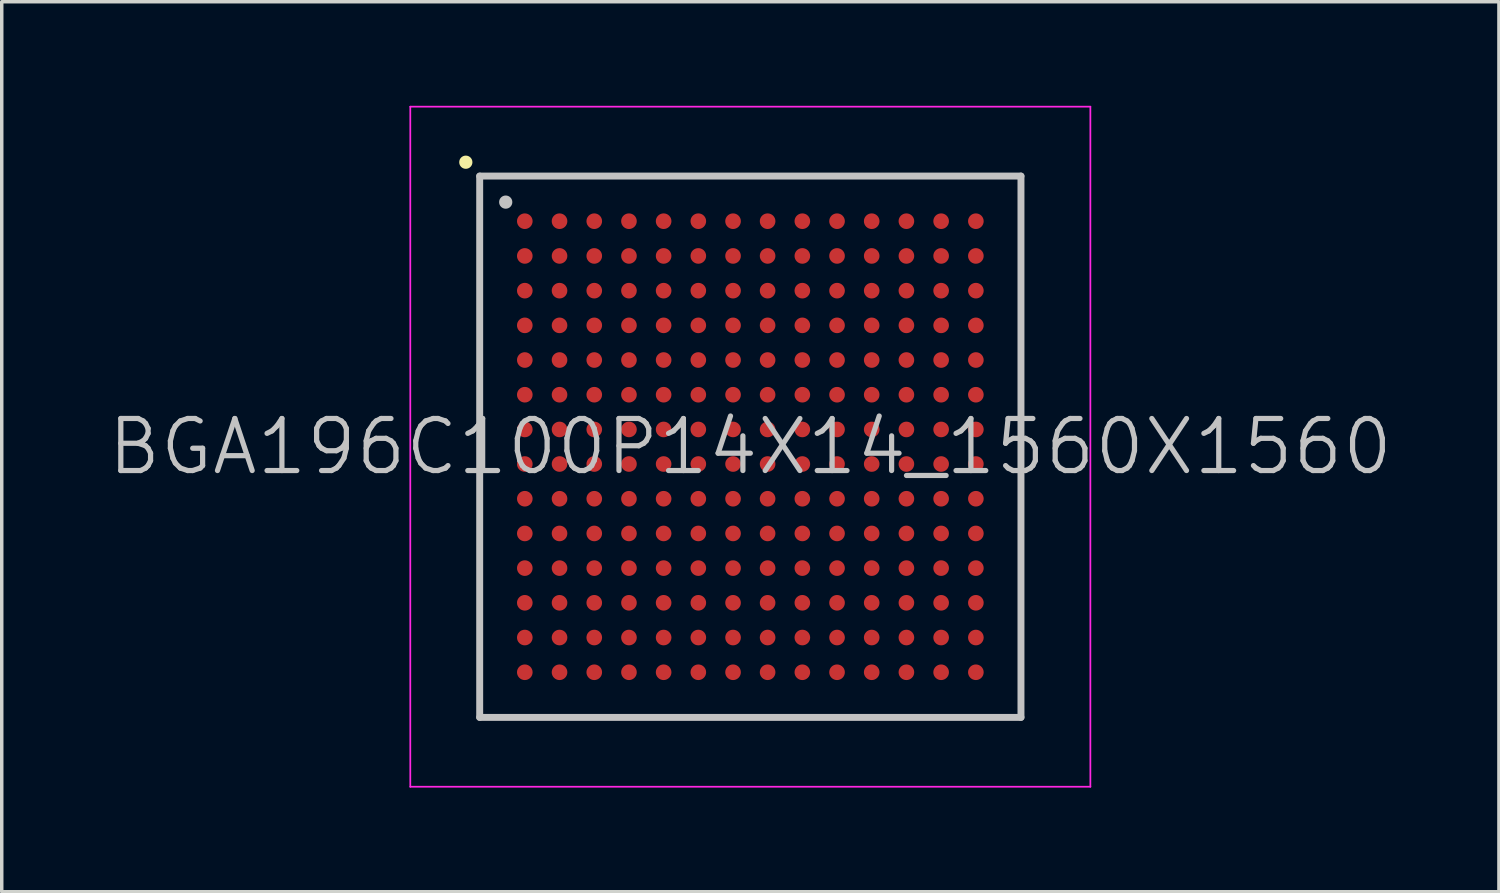
<source format=kicad_pcb>
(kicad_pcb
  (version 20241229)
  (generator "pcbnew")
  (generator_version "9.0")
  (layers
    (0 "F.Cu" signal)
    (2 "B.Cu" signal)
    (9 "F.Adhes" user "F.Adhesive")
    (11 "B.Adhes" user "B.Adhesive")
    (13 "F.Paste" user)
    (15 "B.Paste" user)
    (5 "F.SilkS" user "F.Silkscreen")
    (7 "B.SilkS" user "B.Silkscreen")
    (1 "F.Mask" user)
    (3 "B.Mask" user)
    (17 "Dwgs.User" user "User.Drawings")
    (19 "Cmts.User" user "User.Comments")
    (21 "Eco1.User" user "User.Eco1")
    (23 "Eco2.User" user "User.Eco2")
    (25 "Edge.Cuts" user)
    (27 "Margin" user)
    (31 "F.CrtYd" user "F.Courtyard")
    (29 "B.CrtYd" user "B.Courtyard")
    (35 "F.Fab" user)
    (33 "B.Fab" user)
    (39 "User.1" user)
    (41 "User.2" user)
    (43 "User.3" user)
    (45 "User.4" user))
  (footprint "BGA196C100P14X14_1560X1560"
    (layer "F.Cu")
    (at 18.575 9.825)
    (property "Reference" "BGA196C100P14X14_1560X1560" (at 0 0 0) (layer "Dwgs.User") (effects (font (size 1.5 1.5) (thickness 0.15))))
    (attr smd)
    (fp_line (start -8.2 -8.2) (end -8.2 -8.2) (stroke (width 0.381) (type solid)) (layer "F.SilkS"))
    (fp_line (start -7.8 -7.8) (end -7.8 7.8) (stroke (width 0.2) (type solid)) (layer "Dwgs.User"))
    (fp_line (start -7.8 -7.8) (end 7.8 -7.8) (stroke (width 0.2) (type solid)) (layer "Dwgs.User"))
    (fp_line (start -7.8 7.8) (end 7.8 7.8) (stroke (width 0.2) (type solid)) (layer "Dwgs.User"))
    (fp_line (start -7.05 -7.05) (end -7.05 -7.05) (stroke (width 0.381) (type solid)) (layer "Dwgs.User"))
    (fp_line (start 7.8 -7.8) (end 7.8 7.8) (stroke (width 0.2) (type solid)) (layer "Dwgs.User"))
    (fp_line (start -9.8 -9.8) (end -9.8 9.8) (stroke (width 0.05) (type solid)) (layer "F.CrtYd"))
    (fp_line (start -9.8 -9.8) (end 9.8 -9.8) (stroke (width 0.05) (type solid)) (layer "F.CrtYd"))
    (fp_line (start -9.8 9.8) (end 9.8 9.8) (stroke (width 0.05) (type solid)) (layer "F.CrtYd"))
    (fp_line (start 9.8 -9.8) (end 9.8 9.8) (stroke (width 0.05) (type solid)) (layer "F.CrtYd"))
    (pad "A1" smd circle (at -6.5 -6.5 270) (size 0.45 0.45) (layers "F.Cu" "F.Mask" "F.Paste"))
    (pad "A2" smd circle (at -5.499 -6.5 270) (size 0.45 0.45) (layers "F.Cu" "F.Mask" "F.Paste"))
    (pad "A3" smd circle (at -4.498 -6.5 270) (size 0.45 0.45) (layers "F.Cu" "F.Mask" "F.Paste"))
    (pad "A4" smd circle (at -3.498 -6.5 270) (size 0.45 0.45) (layers "F.Cu" "F.Mask" "F.Paste"))
    (pad "A5" smd circle (at -2.499 -6.5 270) (size 0.45 0.45) (layers "F.Cu" "F.Mask" "F.Paste"))
    (pad "A6" smd circle (at -1.499 -6.5 270) (size 0.45 0.45) (layers "F.Cu" "F.Mask" "F.Paste"))
    (pad "A7" smd circle (at -0.498 -6.5 270) (size 0.45 0.45) (layers "F.Cu" "F.Mask" "F.Paste"))
    (pad "A8" smd circle (at 0.498 -6.5 270) (size 0.45 0.45) (layers "F.Cu" "F.Mask" "F.Paste"))
    (pad "A9" smd circle (at 1.499 -6.5 270) (size 0.45 0.45) (layers "F.Cu" "F.Mask" "F.Paste"))
    (pad "A10" smd circle (at 2.499 -6.5 270) (size 0.45 0.45) (layers "F.Cu" "F.Mask" "F.Paste"))
    (pad "A11" smd circle (at 3.498 -6.5 270) (size 0.45 0.45) (layers "F.Cu" "F.Mask" "F.Paste"))
    (pad "A12" smd circle (at 4.498 -6.5 270) (size 0.45 0.45) (layers "F.Cu" "F.Mask" "F.Paste"))
    (pad "A13" smd circle (at 5.499 -6.5 270) (size 0.45 0.45) (layers "F.Cu" "F.Mask" "F.Paste"))
    (pad "A14" smd circle (at 6.5 -6.5 270) (size 0.45 0.45) (layers "F.Cu" "F.Mask" "F.Paste"))
    (pad "B1" smd circle (at -6.5 -5.499 270) (size 0.45 0.45) (layers "F.Cu" "F.Mask" "F.Paste"))
    (pad "B2" smd circle (at -5.499 -5.499 270) (size 0.45 0.45) (layers "F.Cu" "F.Mask" "F.Paste"))
    (pad "B3" smd circle (at -4.498 -5.499 270) (size 0.45 0.45) (layers "F.Cu" "F.Mask" "F.Paste"))
    (pad "B4" smd circle (at -3.498 -5.499 270) (size 0.45 0.45) (layers "F.Cu" "F.Mask" "F.Paste"))
    (pad "B5" smd circle (at -2.499 -5.499 270) (size 0.45 0.45) (layers "F.Cu" "F.Mask" "F.Paste"))
    (pad "B6" smd circle (at -1.499 -5.499 270) (size 0.45 0.45) (layers "F.Cu" "F.Mask" "F.Paste"))
    (pad "B7" smd circle (at -0.498 -5.499 270) (size 0.45 0.45) (layers "F.Cu" "F.Mask" "F.Paste"))
    (pad "B8" smd circle (at 0.498 -5.499 270) (size 0.45 0.45) (layers "F.Cu" "F.Mask" "F.Paste"))
    (pad "B9" smd circle (at 1.499 -5.499 270) (size 0.45 0.45) (layers "F.Cu" "F.Mask" "F.Paste"))
    (pad "B10" smd circle (at 2.499 -5.499 270) (size 0.45 0.45) (layers "F.Cu" "F.Mask" "F.Paste"))
    (pad "B11" smd circle (at 3.498 -5.499 270) (size 0.45 0.45) (layers "F.Cu" "F.Mask" "F.Paste"))
    (pad "B12" smd circle (at 4.498 -5.499 270) (size 0.45 0.45) (layers "F.Cu" "F.Mask" "F.Paste"))
    (pad "B13" smd circle (at 5.499 -5.499 270) (size 0.45 0.45) (layers "F.Cu" "F.Mask" "F.Paste"))
    (pad "B14" smd circle (at 6.5 -5.499 270) (size 0.45 0.45) (layers "F.Cu" "F.Mask" "F.Paste"))
    (pad "C1" smd circle (at -6.5 -4.498 270) (size 0.45 0.45) (layers "F.Cu" "F.Mask" "F.Paste"))
    (pad "C2" smd circle (at -5.499 -4.498 270) (size 0.45 0.45) (layers "F.Cu" "F.Mask" "F.Paste"))
    (pad "C3" smd circle (at -4.498 -4.498 270) (size 0.45 0.45) (layers "F.Cu" "F.Mask" "F.Paste"))
    (pad "C4" smd circle (at -3.498 -4.498 270) (size 0.45 0.45) (layers "F.Cu" "F.Mask" "F.Paste"))
    (pad "C5" smd circle (at -2.499 -4.498 270) (size 0.45 0.45) (layers "F.Cu" "F.Mask" "F.Paste"))
    (pad "C6" smd circle (at -1.499 -4.498 270) (size 0.45 0.45) (layers "F.Cu" "F.Mask" "F.Paste"))
    (pad "C7" smd circle (at -0.498 -4.498 270) (size 0.45 0.45) (layers "F.Cu" "F.Mask" "F.Paste"))
    (pad "C8" smd circle (at 0.498 -4.498 270) (size 0.45 0.45) (layers "F.Cu" "F.Mask" "F.Paste"))
    (pad "C9" smd circle (at 1.499 -4.498 270) (size 0.45 0.45) (layers "F.Cu" "F.Mask" "F.Paste"))
    (pad "C10" smd circle (at 2.499 -4.498 270) (size 0.45 0.45) (layers "F.Cu" "F.Mask" "F.Paste"))
    (pad "C11" smd circle (at 3.498 -4.498 270) (size 0.45 0.45) (layers "F.Cu" "F.Mask" "F.Paste"))
    (pad "C12" smd circle (at 4.498 -4.498 270) (size 0.45 0.45) (layers "F.Cu" "F.Mask" "F.Paste"))
    (pad "C13" smd circle (at 5.499 -4.498 270) (size 0.45 0.45) (layers "F.Cu" "F.Mask" "F.Paste"))
    (pad "C14" smd circle (at 6.5 -4.498 270) (size 0.45 0.45) (layers "F.Cu" "F.Mask" "F.Paste"))
    (pad "D1" smd circle (at -6.5 -3.498 270) (size 0.45 0.45) (layers "F.Cu" "F.Mask" "F.Paste"))
    (pad "D2" smd circle (at -5.499 -3.498 270) (size 0.45 0.45) (layers "F.Cu" "F.Mask" "F.Paste"))
    (pad "D3" smd circle (at -4.498 -3.498 270) (size 0.45 0.45) (layers "F.Cu" "F.Mask" "F.Paste"))
    (pad "D4" smd circle (at -3.498 -3.498 270) (size 0.45 0.45) (layers "F.Cu" "F.Mask" "F.Paste"))
    (pad "D5" smd circle (at -2.499 -3.498 270) (size 0.45 0.45) (layers "F.Cu" "F.Mask" "F.Paste"))
    (pad "D6" smd circle (at -1.499 -3.498 270) (size 0.45 0.45) (layers "F.Cu" "F.Mask" "F.Paste"))
    (pad "D7" smd circle (at -0.498 -3.498 270) (size 0.45 0.45) (layers "F.Cu" "F.Mask" "F.Paste"))
    (pad "D8" smd circle (at 0.498 -3.498 270) (size 0.45 0.45) (layers "F.Cu" "F.Mask" "F.Paste"))
    (pad "D9" smd circle (at 1.499 -3.498 270) (size 0.45 0.45) (layers "F.Cu" "F.Mask" "F.Paste"))
    (pad "D10" smd circle (at 2.499 -3.498 270) (size 0.45 0.45) (layers "F.Cu" "F.Mask" "F.Paste"))
    (pad "D11" smd circle (at 3.498 -3.498 270) (size 0.45 0.45) (layers "F.Cu" "F.Mask" "F.Paste"))
    (pad "D12" smd circle (at 4.498 -3.498 270) (size 0.45 0.45) (layers "F.Cu" "F.Mask" "F.Paste"))
    (pad "D13" smd circle (at 5.499 -3.498 270) (size 0.45 0.45) (layers "F.Cu" "F.Mask" "F.Paste"))
    (pad "D14" smd circle (at 6.5 -3.498 270) (size 0.45 0.45) (layers "F.Cu" "F.Mask" "F.Paste"))
    (pad "E1" smd circle (at -6.5 -2.499 270) (size 0.45 0.45) (layers "F.Cu" "F.Mask" "F.Paste"))
    (pad "E2" smd circle (at -5.499 -2.499 270) (size 0.45 0.45) (layers "F.Cu" "F.Mask" "F.Paste"))
    (pad "E3" smd circle (at -4.498 -2.499 270) (size 0.45 0.45) (layers "F.Cu" "F.Mask" "F.Paste"))
    (pad "E4" smd circle (at -3.498 -2.499 270) (size 0.45 0.45) (layers "F.Cu" "F.Mask" "F.Paste"))
    (pad "E5" smd circle (at -2.499 -2.499 270) (size 0.45 0.45) (layers "F.Cu" "F.Mask" "F.Paste"))
    (pad "E6" smd circle (at -1.499 -2.499 270) (size 0.45 0.45) (layers "F.Cu" "F.Mask" "F.Paste"))
    (pad "E7" smd circle (at -0.498 -2.499 270) (size 0.45 0.45) (layers "F.Cu" "F.Mask" "F.Paste"))
    (pad "E8" smd circle (at 0.498 -2.499 270) (size 0.45 0.45) (layers "F.Cu" "F.Mask" "F.Paste"))
    (pad "E9" smd circle (at 1.499 -2.499 270) (size 0.45 0.45) (layers "F.Cu" "F.Mask" "F.Paste"))
    (pad "E10" smd circle (at 2.499 -2.499 270) (size 0.45 0.45) (layers "F.Cu" "F.Mask" "F.Paste"))
    (pad "E11" smd circle (at 3.498 -2.499 270) (size 0.45 0.45) (layers "F.Cu" "F.Mask" "F.Paste"))
    (pad "E12" smd circle (at 4.498 -2.499 270) (size 0.45 0.45) (layers "F.Cu" "F.Mask" "F.Paste"))
    (pad "E13" smd circle (at 5.499 -2.499 270) (size 0.45 0.45) (layers "F.Cu" "F.Mask" "F.Paste"))
    (pad "E14" smd circle (at 6.5 -2.499 270) (size 0.45 0.45) (layers "F.Cu" "F.Mask" "F.Paste"))
    (pad "F1" smd circle (at -6.5 -1.499 270) (size 0.45 0.45) (layers "F.Cu" "F.Mask" "F.Paste"))
    (pad "F2" smd circle (at -5.499 -1.499 270) (size 0.45 0.45) (layers "F.Cu" "F.Mask" "F.Paste"))
    (pad "F3" smd circle (at -4.498 -1.499 270) (size 0.45 0.45) (layers "F.Cu" "F.Mask" "F.Paste"))
    (pad "F4" smd circle (at -3.498 -1.499 270) (size 0.45 0.45) (layers "F.Cu" "F.Mask" "F.Paste"))
    (pad "F5" smd circle (at -2.499 -1.499 270) (size 0.45 0.45) (layers "F.Cu" "F.Mask" "F.Paste"))
    (pad "F6" smd circle (at -1.499 -1.499 270) (size 0.45 0.45) (layers "F.Cu" "F.Mask" "F.Paste"))
    (pad "F7" smd circle (at -0.498 -1.499 270) (size 0.45 0.45) (layers "F.Cu" "F.Mask" "F.Paste"))
    (pad "F8" smd circle (at 0.498 -1.499 270) (size 0.45 0.45) (layers "F.Cu" "F.Mask" "F.Paste"))
    (pad "F9" smd circle (at 1.499 -1.499 270) (size 0.45 0.45) (layers "F.Cu" "F.Mask" "F.Paste"))
    (pad "F10" smd circle (at 2.499 -1.499 270) (size 0.45 0.45) (layers "F.Cu" "F.Mask" "F.Paste"))
    (pad "F11" smd circle (at 3.498 -1.499 270) (size 0.45 0.45) (layers "F.Cu" "F.Mask" "F.Paste"))
    (pad "F12" smd circle (at 4.498 -1.499 270) (size 0.45 0.45) (layers "F.Cu" "F.Mask" "F.Paste"))
    (pad "F13" smd circle (at 5.499 -1.499 270) (size 0.45 0.45) (layers "F.Cu" "F.Mask" "F.Paste"))
    (pad "F14" smd circle (at 6.5 -1.499 270) (size 0.45 0.45) (layers "F.Cu" "F.Mask" "F.Paste"))
    (pad "G1" smd circle (at -6.5 -0.498 270) (size 0.45 0.45) (layers "F.Cu" "F.Mask" "F.Paste"))
    (pad "G2" smd circle (at -5.499 -0.498 270) (size 0.45 0.45) (layers "F.Cu" "F.Mask" "F.Paste"))
    (pad "G3" smd circle (at -4.498 -0.498 270) (size 0.45 0.45) (layers "F.Cu" "F.Mask" "F.Paste"))
    (pad "G4" smd circle (at -3.498 -0.498 270) (size 0.45 0.45) (layers "F.Cu" "F.Mask" "F.Paste"))
    (pad "G5" smd circle (at -2.499 -0.498 270) (size 0.45 0.45) (layers "F.Cu" "F.Mask" "F.Paste"))
    (pad "G6" smd circle (at -1.499 -0.498 270) (size 0.45 0.45) (layers "F.Cu" "F.Mask" "F.Paste"))
    (pad "G7" smd circle (at -0.498 -0.498 270) (size 0.45 0.45) (layers "F.Cu" "F.Mask" "F.Paste"))
    (pad "G8" smd circle (at 0.498 -0.498 270) (size 0.45 0.45) (layers "F.Cu" "F.Mask" "F.Paste"))
    (pad "G9" smd circle (at 1.499 -0.498 270) (size 0.45 0.45) (layers "F.Cu" "F.Mask" "F.Paste"))
    (pad "G10" smd circle (at 2.499 -0.498 270) (size 0.45 0.45) (layers "F.Cu" "F.Mask" "F.Paste"))
    (pad "G11" smd circle (at 3.498 -0.498 270) (size 0.45 0.45) (layers "F.Cu" "F.Mask" "F.Paste"))
    (pad "G12" smd circle (at 4.498 -0.498 270) (size 0.45 0.45) (layers "F.Cu" "F.Mask" "F.Paste"))
    (pad "G13" smd circle (at 5.499 -0.498 270) (size 0.45 0.45) (layers "F.Cu" "F.Mask" "F.Paste"))
    (pad "G14" smd circle (at 6.5 -0.498 270) (size 0.45 0.45) (layers "F.Cu" "F.Mask" "F.Paste"))
    (pad "H1" smd circle (at -6.5 0.498 270) (size 0.45 0.45) (layers "F.Cu" "F.Mask" "F.Paste"))
    (pad "H2" smd circle (at -5.499 0.498 270) (size 0.45 0.45) (layers "F.Cu" "F.Mask" "F.Paste"))
    (pad "H3" smd circle (at -4.498 0.498 270) (size 0.45 0.45) (layers "F.Cu" "F.Mask" "F.Paste"))
    (pad "H4" smd circle (at -3.498 0.498 270) (size 0.45 0.45) (layers "F.Cu" "F.Mask" "F.Paste"))
    (pad "H5" smd circle (at -2.499 0.498 270) (size 0.45 0.45) (layers "F.Cu" "F.Mask" "F.Paste"))
    (pad "H6" smd circle (at -1.499 0.498 270) (size 0.45 0.45) (layers "F.Cu" "F.Mask" "F.Paste"))
    (pad "H7" smd circle (at -0.498 0.498 270) (size 0.45 0.45) (layers "F.Cu" "F.Mask" "F.Paste"))
    (pad "H8" smd circle (at 0.498 0.498 270) (size 0.45 0.45) (layers "F.Cu" "F.Mask" "F.Paste"))
    (pad "H9" smd circle (at 1.499 0.498 270) (size 0.45 0.45) (layers "F.Cu" "F.Mask" "F.Paste"))
    (pad "H10" smd circle (at 2.499 0.498 270) (size 0.45 0.45) (layers "F.Cu" "F.Mask" "F.Paste"))
    (pad "H11" smd circle (at 3.498 0.498 270) (size 0.45 0.45) (layers "F.Cu" "F.Mask" "F.Paste"))
    (pad "H12" smd circle (at 4.498 0.498 270) (size 0.45 0.45) (layers "F.Cu" "F.Mask" "F.Paste"))
    (pad "H13" smd circle (at 5.499 0.498 270) (size 0.45 0.45) (layers "F.Cu" "F.Mask" "F.Paste"))
    (pad "H14" smd circle (at 6.5 0.498 270) (size 0.45 0.45) (layers "F.Cu" "F.Mask" "F.Paste"))
    (pad "J1" smd circle (at -6.5 1.499 270) (size 0.45 0.45) (layers "F.Cu" "F.Mask" "F.Paste"))
    (pad "J2" smd circle (at -5.499 1.499 270) (size 0.45 0.45) (layers "F.Cu" "F.Mask" "F.Paste"))
    (pad "J3" smd circle (at -4.498 1.499 270) (size 0.45 0.45) (layers "F.Cu" "F.Mask" "F.Paste"))
    (pad "J4" smd circle (at -3.498 1.499 270) (size 0.45 0.45) (layers "F.Cu" "F.Mask" "F.Paste"))
    (pad "J5" smd circle (at -2.499 1.499 270) (size 0.45 0.45) (layers "F.Cu" "F.Mask" "F.Paste"))
    (pad "J6" smd circle (at -1.499 1.499 270) (size 0.45 0.45) (layers "F.Cu" "F.Mask" "F.Paste"))
    (pad "J7" smd circle (at -0.498 1.499 270) (size 0.45 0.45) (layers "F.Cu" "F.Mask" "F.Paste"))
    (pad "J8" smd circle (at 0.498 1.499 270) (size 0.45 0.45) (layers "F.Cu" "F.Mask" "F.Paste"))
    (pad "J9" smd circle (at 1.499 1.499 270) (size 0.45 0.45) (layers "F.Cu" "F.Mask" "F.Paste"))
    (pad "J10" smd circle (at 2.499 1.499 270) (size 0.45 0.45) (layers "F.Cu" "F.Mask" "F.Paste"))
    (pad "J11" smd circle (at 3.498 1.499 270) (size 0.45 0.45) (layers "F.Cu" "F.Mask" "F.Paste"))
    (pad "J12" smd circle (at 4.498 1.499 270) (size 0.45 0.45) (layers "F.Cu" "F.Mask" "F.Paste"))
    (pad "J13" smd circle (at 5.499 1.499 270) (size 0.45 0.45) (layers "F.Cu" "F.Mask" "F.Paste"))
    (pad "J14" smd circle (at 6.5 1.499 270) (size 0.45 0.45) (layers "F.Cu" "F.Mask" "F.Paste"))
    (pad "K1" smd circle (at -6.5 2.499 270) (size 0.45 0.45) (layers "F.Cu" "F.Mask" "F.Paste"))
    (pad "K2" smd circle (at -5.499 2.499 270) (size 0.45 0.45) (layers "F.Cu" "F.Mask" "F.Paste"))
    (pad "K3" smd circle (at -4.498 2.499 270) (size 0.45 0.45) (layers "F.Cu" "F.Mask" "F.Paste"))
    (pad "K4" smd circle (at -3.498 2.499 270) (size 0.45 0.45) (layers "F.Cu" "F.Mask" "F.Paste"))
    (pad "K5" smd circle (at -2.499 2.499 270) (size 0.45 0.45) (layers "F.Cu" "F.Mask" "F.Paste"))
    (pad "K6" smd circle (at -1.499 2.499 270) (size 0.45 0.45) (layers "F.Cu" "F.Mask" "F.Paste"))
    (pad "K7" smd circle (at -0.498 2.499 270) (size 0.45 0.45) (layers "F.Cu" "F.Mask" "F.Paste"))
    (pad "K8" smd circle (at 0.498 2.499 270) (size 0.45 0.45) (layers "F.Cu" "F.Mask" "F.Paste"))
    (pad "K9" smd circle (at 1.499 2.499 270) (size 0.45 0.45) (layers "F.Cu" "F.Mask" "F.Paste"))
    (pad "K10" smd circle (at 2.499 2.499 270) (size 0.45 0.45) (layers "F.Cu" "F.Mask" "F.Paste"))
    (pad "K11" smd circle (at 3.498 2.499 270) (size 0.45 0.45) (layers "F.Cu" "F.Mask" "F.Paste"))
    (pad "K12" smd circle (at 4.498 2.499 270) (size 0.45 0.45) (layers "F.Cu" "F.Mask" "F.Paste"))
    (pad "K13" smd circle (at 5.499 2.499 270) (size 0.45 0.45) (layers "F.Cu" "F.Mask" "F.Paste"))
    (pad "K14" smd circle (at 6.5 2.499 270) (size 0.45 0.45) (layers "F.Cu" "F.Mask" "F.Paste"))
    (pad "L1" smd circle (at -6.5 3.498 270) (size 0.45 0.45) (layers "F.Cu" "F.Mask" "F.Paste"))
    (pad "L2" smd circle (at -5.499 3.498 270) (size 0.45 0.45) (layers "F.Cu" "F.Mask" "F.Paste"))
    (pad "L3" smd circle (at -4.498 3.498 270) (size 0.45 0.45) (layers "F.Cu" "F.Mask" "F.Paste"))
    (pad "L4" smd circle (at -3.498 3.498 270) (size 0.45 0.45) (layers "F.Cu" "F.Mask" "F.Paste"))
    (pad "L5" smd circle (at -2.499 3.498 270) (size 0.45 0.45) (layers "F.Cu" "F.Mask" "F.Paste"))
    (pad "L6" smd circle (at -1.499 3.498 270) (size 0.45 0.45) (layers "F.Cu" "F.Mask" "F.Paste"))
    (pad "L7" smd circle (at -0.498 3.498 270) (size 0.45 0.45) (layers "F.Cu" "F.Mask" "F.Paste"))
    (pad "L8" smd circle (at 0.498 3.498 270) (size 0.45 0.45) (layers "F.Cu" "F.Mask" "F.Paste"))
    (pad "L9" smd circle (at 1.499 3.498 270) (size 0.45 0.45) (layers "F.Cu" "F.Mask" "F.Paste"))
    (pad "L10" smd circle (at 2.499 3.498 270) (size 0.45 0.45) (layers "F.Cu" "F.Mask" "F.Paste"))
    (pad "L11" smd circle (at 3.498 3.498 270) (size 0.45 0.45) (layers "F.Cu" "F.Mask" "F.Paste"))
    (pad "L12" smd circle (at 4.498 3.498 270) (size 0.45 0.45) (layers "F.Cu" "F.Mask" "F.Paste"))
    (pad "L13" smd circle (at 5.499 3.498 270) (size 0.45 0.45) (layers "F.Cu" "F.Mask" "F.Paste"))
    (pad "L14" smd circle (at 6.5 3.498 270) (size 0.45 0.45) (layers "F.Cu" "F.Mask" "F.Paste"))
    (pad "M1" smd circle (at -6.5 4.498 270) (size 0.45 0.45) (layers "F.Cu" "F.Mask" "F.Paste"))
    (pad "M2" smd circle (at -5.499 4.498 270) (size 0.45 0.45) (layers "F.Cu" "F.Mask" "F.Paste"))
    (pad "M3" smd circle (at -4.498 4.498 270) (size 0.45 0.45) (layers "F.Cu" "F.Mask" "F.Paste"))
    (pad "M4" smd circle (at -3.498 4.498 270) (size 0.45 0.45) (layers "F.Cu" "F.Mask" "F.Paste"))
    (pad "M5" smd circle (at -2.499 4.498 270) (size 0.45 0.45) (layers "F.Cu" "F.Mask" "F.Paste"))
    (pad "M6" smd circle (at -1.499 4.498 270) (size 0.45 0.45) (layers "F.Cu" "F.Mask" "F.Paste"))
    (pad "M7" smd circle (at -0.498 4.498 270) (size 0.45 0.45) (layers "F.Cu" "F.Mask" "F.Paste"))
    (pad "M8" smd circle (at 0.498 4.498 270) (size 0.45 0.45) (layers "F.Cu" "F.Mask" "F.Paste"))
    (pad "M9" smd circle (at 1.499 4.498 270) (size 0.45 0.45) (layers "F.Cu" "F.Mask" "F.Paste"))
    (pad "M10" smd circle (at 2.499 4.498 270) (size 0.45 0.45) (layers "F.Cu" "F.Mask" "F.Paste"))
    (pad "M11" smd circle (at 3.498 4.498 270) (size 0.45 0.45) (layers "F.Cu" "F.Mask" "F.Paste"))
    (pad "M12" smd circle (at 4.498 4.498 270) (size 0.45 0.45) (layers "F.Cu" "F.Mask" "F.Paste"))
    (pad "M13" smd circle (at 5.499 4.498 270) (size 0.45 0.45) (layers "F.Cu" "F.Mask" "F.Paste"))
    (pad "M14" smd circle (at 6.5 4.498 270) (size 0.45 0.45) (layers "F.Cu" "F.Mask" "F.Paste"))
    (pad "N1" smd circle (at -6.5 5.499 270) (size 0.45 0.45) (layers "F.Cu" "F.Mask" "F.Paste"))
    (pad "N2" smd circle (at -5.499 5.499 270) (size 0.45 0.45) (layers "F.Cu" "F.Mask" "F.Paste"))
    (pad "N3" smd circle (at -4.498 5.499 270) (size 0.45 0.45) (layers "F.Cu" "F.Mask" "F.Paste"))
    (pad "N4" smd circle (at -3.498 5.499 270) (size 0.45 0.45) (layers "F.Cu" "F.Mask" "F.Paste"))
    (pad "N5" smd circle (at -2.499 5.499 270) (size 0.45 0.45) (layers "F.Cu" "F.Mask" "F.Paste"))
    (pad "N6" smd circle (at -1.499 5.499 270) (size 0.45 0.45) (layers "F.Cu" "F.Mask" "F.Paste"))
    (pad "N7" smd circle (at -0.498 5.499 270) (size 0.45 0.45) (layers "F.Cu" "F.Mask" "F.Paste"))
    (pad "N8" smd circle (at 0.498 5.499 270) (size 0.45 0.45) (layers "F.Cu" "F.Mask" "F.Paste"))
    (pad "N9" smd circle (at 1.499 5.499 270) (size 0.45 0.45) (layers "F.Cu" "F.Mask" "F.Paste"))
    (pad "N10" smd circle (at 2.499 5.499 270) (size 0.45 0.45) (layers "F.Cu" "F.Mask" "F.Paste"))
    (pad "N11" smd circle (at 3.498 5.499 270) (size 0.45 0.45) (layers "F.Cu" "F.Mask" "F.Paste"))
    (pad "N12" smd circle (at 4.498 5.499 270) (size 0.45 0.45) (layers "F.Cu" "F.Mask" "F.Paste"))
    (pad "N13" smd circle (at 5.499 5.499 270) (size 0.45 0.45) (layers "F.Cu" "F.Mask" "F.Paste"))
    (pad "N14" smd circle (at 6.5 5.499 270) (size 0.45 0.45) (layers "F.Cu" "F.Mask" "F.Paste"))
    (pad "P1" smd circle (at -6.5 6.5 270) (size 0.45 0.45) (layers "F.Cu" "F.Mask" "F.Paste"))
    (pad "P2" smd circle (at -5.499 6.5 270) (size 0.45 0.45) (layers "F.Cu" "F.Mask" "F.Paste"))
    (pad "P3" smd circle (at -4.498 6.5 270) (size 0.45 0.45) (layers "F.Cu" "F.Mask" "F.Paste"))
    (pad "P4" smd circle (at -3.498 6.5 270) (size 0.45 0.45) (layers "F.Cu" "F.Mask" "F.Paste"))
    (pad "P5" smd circle (at -2.499 6.5 270) (size 0.45 0.45) (layers "F.Cu" "F.Mask" "F.Paste"))
    (pad "P6" smd circle (at -1.499 6.5 270) (size 0.45 0.45) (layers "F.Cu" "F.Mask" "F.Paste"))
    (pad "P7" smd circle (at -0.498 6.5 270) (size 0.45 0.45) (layers "F.Cu" "F.Mask" "F.Paste"))
    (pad "P8" smd circle (at 0.498 6.5 270) (size 0.45 0.45) (layers "F.Cu" "F.Mask" "F.Paste"))
    (pad "P9" smd circle (at 1.499 6.5 270) (size 0.45 0.45) (layers "F.Cu" "F.Mask" "F.Paste"))
    (pad "P10" smd circle (at 2.499 6.5 270) (size 0.45 0.45) (layers "F.Cu" "F.Mask" "F.Paste"))
    (pad "P11" smd circle (at 3.498 6.5 270) (size 0.45 0.45) (layers "F.Cu" "F.Mask" "F.Paste"))
    (pad "P12" smd circle (at 4.498 6.5 270) (size 0.45 0.45) (layers "F.Cu" "F.Mask" "F.Paste"))
    (pad "P13" smd circle (at 5.499 6.5 270) (size 0.45 0.45) (layers "F.Cu" "F.Mask" "F.Paste"))
    (pad "P14" smd circle (at 6.5 6.5 270) (size 0.45 0.45) (layers "F.Cu" "F.Mask" "F.Paste")))
  (gr_rect
    (start -3 -3)
    (end 40.15 22.65)
    (stroke (width 0.1) (type default))
    (fill no)
    (layer "Edge.Cuts")))
</source>
